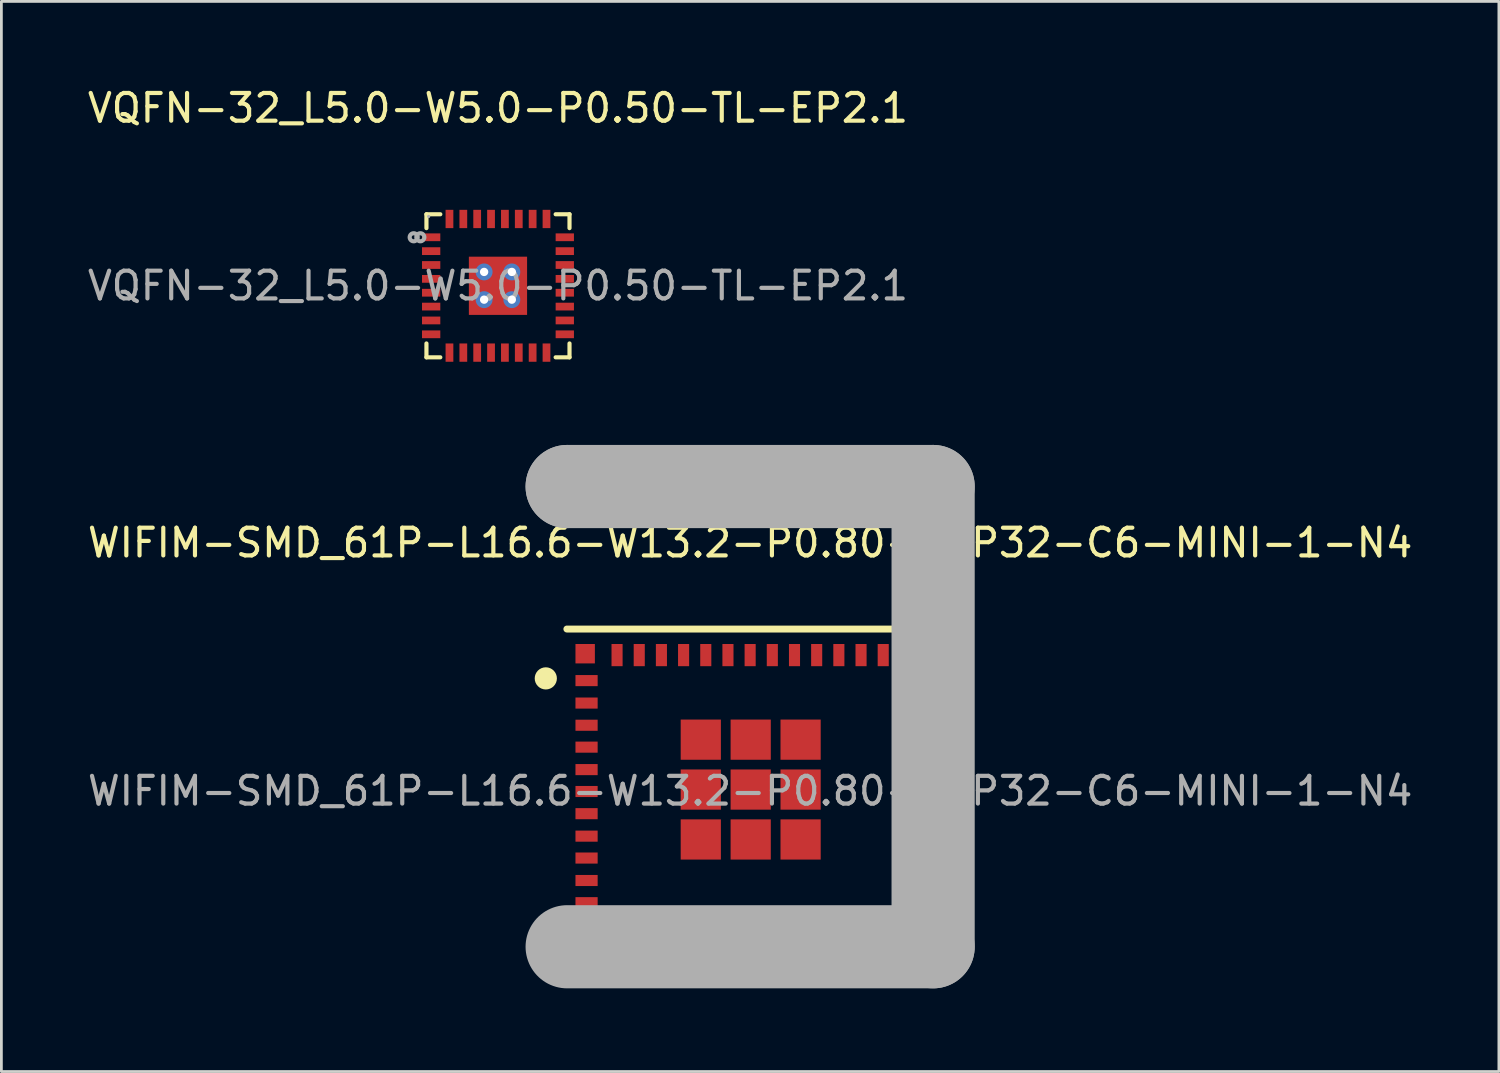
<source format=kicad_pcb>
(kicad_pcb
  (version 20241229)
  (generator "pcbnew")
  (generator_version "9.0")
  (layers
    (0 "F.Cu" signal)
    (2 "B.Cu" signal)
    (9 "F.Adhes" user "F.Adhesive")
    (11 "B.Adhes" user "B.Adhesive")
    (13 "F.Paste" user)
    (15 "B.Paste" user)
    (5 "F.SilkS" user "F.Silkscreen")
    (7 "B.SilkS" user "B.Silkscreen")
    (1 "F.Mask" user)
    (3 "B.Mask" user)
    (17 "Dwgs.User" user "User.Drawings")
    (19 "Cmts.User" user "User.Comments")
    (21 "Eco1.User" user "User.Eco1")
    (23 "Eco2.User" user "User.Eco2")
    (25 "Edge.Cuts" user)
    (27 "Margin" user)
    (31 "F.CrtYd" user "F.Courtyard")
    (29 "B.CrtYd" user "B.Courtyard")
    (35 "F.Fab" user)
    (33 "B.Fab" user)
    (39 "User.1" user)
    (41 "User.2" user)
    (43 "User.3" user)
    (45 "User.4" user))
  (footprint "WIFIM-SMD_61P-L16.6-W13.2-P0.80-ESP32-C6-MINI-1-N4"
    (layer "F.Cu")
    (at 24.006 25.478)
    (property "Reference" "WIFIM-SMD_61P-L16.6-W13.2-P0.80-ESP32-C6-MINI-1-N4" (at 0 -8.95 0) (layer "F.SilkS") (effects (font (size 1 1) (thickness 0.15))))
    (attr smd)
    (fp_line (start -6.61 -5.84) (end 6.6 -5.84) (stroke (width 0.25) (type solid)) (layer "F.SilkS"))
    (fp_circle (center -7.37 -4.06) (end -7.17 -4.06) (stroke (width 0.4) (type solid)) (fill no) (layer "F.SilkS"))
    (fp_line (start -6.6 -10.98) (end -6.6 -10.98) (stroke (width 3) (type solid)) (layer "F.Fab"))
    (fp_line (start -6.6 -10.98) (end 6.6 -10.98) (stroke (width 3) (type solid)) (layer "F.Fab"))
    (fp_line (start 6.6 -10.98) (end 6.6 5.62) (stroke (width 3) (type solid)) (layer "F.Fab"))
    (fp_line (start 6.6 5.62) (end -6.6 5.62) (stroke (width 3) (type solid)) (layer "F.Fab"))
    (fp_circle (center -6.6 -10.98) (end -6.57 -10.98) (stroke (width 0.06) (type solid)) (fill no) (layer "F.Fab"))
    (fp_text user "${REFERENCE}" (at 0 0 0) (layer "F.Fab") (effects (font (size 1 1) (thickness 0.15))))
    (pad "1" smd rect (at -5.9 -3.98) (size 0.8 0.4) (layers "F.Cu" "F.Mask" "F.Paste"))
    (pad "2" smd rect (at -5.9 -3.17) (size 0.8 0.4) (layers "F.Cu" "F.Mask" "F.Paste"))
    (pad "3" smd rect (at -5.9 -2.37) (size 0.8 0.4) (layers "F.Cu" "F.Mask" "F.Paste"))
    (pad "4" smd rect (at -5.9 -1.58) (size 0.8 0.4) (layers "F.Cu" "F.Mask" "F.Paste"))
    (pad "5" smd rect (at -5.9 -0.77) (size 0.8 0.4) (layers "F.Cu" "F.Mask" "F.Paste"))
    (pad "6" smd rect (at -5.9 0.02) (size 0.8 0.4) (layers "F.Cu" "F.Mask" "F.Paste"))
    (pad "7" smd rect (at -5.9 0.82) (size 0.8 0.4) (layers "F.Cu" "F.Mask" "F.Paste"))
    (pad "8" smd rect (at -5.9 1.63) (size 0.8 0.4) (layers "F.Cu" "F.Mask" "F.Paste"))
    (pad "9" smd rect (at -5.9 2.42) (size 0.8 0.4) (layers "F.Cu" "F.Mask" "F.Paste"))
    (pad "10" smd rect (at -5.9 3.23) (size 0.8 0.4) (layers "F.Cu" "F.Mask" "F.Paste"))
    (pad "11" smd rect (at -5.9 4.03) (size 0.8 0.4) (layers "F.Cu" "F.Mask" "F.Paste"))
    (pad "12" smd rect (at -4.8 4.9 270) (size 0.8 0.4) (layers "F.Cu" "F.Mask" "F.Paste"))
    (pad "13" smd rect (at -4 4.9 270) (size 0.8 0.4) (layers "F.Cu" "F.Mask" "F.Paste"))
    (pad "14" smd rect (at -3.2 4.9 270) (size 0.8 0.4) (layers "F.Cu" "F.Mask" "F.Paste"))
    (pad "15" smd rect (at -2.4 4.9 270) (size 0.8 0.4) (layers "F.Cu" "F.Mask" "F.Paste"))
    (pad "16" smd rect (at -1.6 4.9 270) (size 0.8 0.4) (layers "F.Cu" "F.Mask" "F.Paste"))
    (pad "17" smd rect (at -0.8 4.9 270) (size 0.8 0.4) (layers "F.Cu" "F.Mask" "F.Paste"))
    (pad "18" smd rect (at 0 4.9 270) (size 0.8 0.4) (layers "F.Cu" "F.Mask" "F.Paste"))
    (pad "19" smd rect (at 0.8 4.9 270) (size 0.8 0.4) (layers "F.Cu" "F.Mask" "F.Paste"))
    (pad "20" smd rect (at 1.6 4.9 270) (size 0.8 0.4) (layers "F.Cu" "F.Mask" "F.Paste"))
    (pad "21" smd rect (at 2.4 4.9 270) (size 0.8 0.4) (layers "F.Cu" "F.Mask" "F.Paste"))
    (pad "22" smd rect (at 3.2 4.9 270) (size 0.8 0.4) (layers "F.Cu" "F.Mask" "F.Paste"))
    (pad "23" smd rect (at 4 4.9 270) (size 0.8 0.4) (layers "F.Cu" "F.Mask" "F.Paste"))
    (pad "24" smd rect (at 4.8 4.9 270) (size 0.8 0.4) (layers "F.Cu" "F.Mask" "F.Paste"))
    (pad "25" smd rect (at 5.9 4.03) (size 0.8 0.4) (layers "F.Cu" "F.Mask" "F.Paste"))
    (pad "26" smd rect (at 5.9 3.23) (size 0.8 0.4) (layers "F.Cu" "F.Mask" "F.Paste"))
    (pad "27" smd rect (at 5.9 2.42) (size 0.8 0.4) (layers "F.Cu" "F.Mask" "F.Paste"))
    (pad "28" smd rect (at 5.9 1.63) (size 0.8 0.4) (layers "F.Cu" "F.Mask" "F.Paste"))
    (pad "29" smd rect (at 5.9 0.82) (size 0.8 0.4) (layers "F.Cu" "F.Mask" "F.Paste"))
    (pad "30" smd rect (at 5.9 0.03) (size 0.8 0.4) (layers "F.Cu" "F.Mask" "F.Paste"))
    (pad "31" smd rect (at 5.9 -0.77) (size 0.8 0.4) (layers "F.Cu" "F.Mask" "F.Paste"))
    (pad "32" smd rect (at 5.9 -1.58) (size 0.8 0.4) (layers "F.Cu" "F.Mask" "F.Paste"))
    (pad "33" smd rect (at 5.9 -2.37) (size 0.8 0.4) (layers "F.Cu" "F.Mask" "F.Paste"))
    (pad "34" smd rect (at 5.9 -3.17) (size 0.8 0.4) (layers "F.Cu" "F.Mask" "F.Paste"))
    (pad "35" smd rect (at 5.9 -3.98) (size 0.8 0.4) (layers "F.Cu" "F.Mask" "F.Paste"))
    (pad "36" smd rect (at 4.8 -4.9 270) (size 0.8 0.4) (layers "F.Cu" "F.Mask" "F.Paste"))
    (pad "37" smd rect (at 4 -4.9 270) (size 0.8 0.4) (layers "F.Cu" "F.Mask" "F.Paste"))
    (pad "38" smd rect (at 3.2 -4.9 270) (size 0.8 0.4) (layers "F.Cu" "F.Mask" "F.Paste"))
    (pad "39" smd rect (at 2.4 -4.9 270) (size 0.8 0.4) (layers "F.Cu" "F.Mask" "F.Paste"))
    (pad "40" smd rect (at 1.6 -4.9 270) (size 0.8 0.4) (layers "F.Cu" "F.Mask" "F.Paste"))
    (pad "41" smd rect (at 0.8 -4.9 270) (size 0.8 0.4) (layers "F.Cu" "F.Mask" "F.Paste"))
    (pad "42" smd rect (at 0 -4.9 270) (size 0.8 0.4) (layers "F.Cu" "F.Mask" "F.Paste"))
    (pad "43" smd rect (at -0.8 -4.9 270) (size 0.8 0.4) (layers "F.Cu" "F.Mask" "F.Paste"))
    (pad "44" smd rect (at -1.6 -4.9 270) (size 0.8 0.4) (layers "F.Cu" "F.Mask" "F.Paste"))
    (pad "45" smd rect (at -2.4 -4.9 270) (size 0.8 0.4) (layers "F.Cu" "F.Mask" "F.Paste"))
    (pad "46" smd rect (at -3.2 -4.9 270) (size 0.8 0.4) (layers "F.Cu" "F.Mask" "F.Paste"))
    (pad "47" smd rect (at -4 -4.9 270) (size 0.8 0.4) (layers "F.Cu" "F.Mask" "F.Paste"))
    (pad "48" smd rect (at -4.8 -4.9 270) (size 0.8 0.4) (layers "F.Cu" "F.Mask" "F.Paste"))
    (pad "49" smd rect (at -1.78 -1.85) (size 1.45 1.45) (layers "F.Cu" "F.Mask" "F.Paste"))
    (pad "49" smd rect (at -1.78 -0.05) (size 1.45 1.45) (layers "F.Cu" "F.Mask" "F.Paste"))
    (pad "49" smd rect (at -1.78 1.75) (size 1.45 1.45) (layers "F.Cu" "F.Mask" "F.Paste"))
    (pad "49" smd rect (at 0.02 -1.85) (size 1.45 1.45) (layers "F.Cu" "F.Mask" "F.Paste"))
    (pad "49" smd rect (at 0.02 -0.05) (size 1.45 1.45) (layers "F.Cu" "F.Mask" "F.Paste"))
    (pad "49" smd rect (at 0.02 1.75) (size 1.45 1.45) (layers "F.Cu" "F.Mask" "F.Paste"))
    (pad "49" smd rect (at 1.82 -1.85) (size 1.45 1.45) (layers "F.Cu" "F.Mask" "F.Paste"))
    (pad "49" smd rect (at 1.82 -0.05) (size 1.45 1.45) (layers "F.Cu" "F.Mask" "F.Paste"))
    (pad "49" smd rect (at 1.82 1.75) (size 1.45 1.45) (layers "F.Cu" "F.Mask" "F.Paste"))
    (pad "50" smd rect (at 5.95 -4.95) (size 0.7 0.7) (layers "F.Cu" "F.Mask" "F.Paste"))
    (pad "51" smd rect (at 5.95 4.95) (size 0.7 0.7) (layers "F.Cu" "F.Mask" "F.Paste"))
    (pad "52" smd rect (at -5.95 4.95) (size 0.7 0.7) (layers "F.Cu" "F.Mask" "F.Paste"))
    (pad "53" smd rect (at -5.95 -4.95) (size 0.7 0.7) (layers "F.Cu" "F.Mask" "F.Paste")))
  (footprint "VQFN-32_L5.0-W5.0-P0.50-TL-EP2.1"
    (layer "F.Cu")
    (at 14.911 7.258)
    (property "Reference" "VQFN-32_L5.0-W5.0-P0.50-TL-EP2.1" (at 0 -6.41 0) (layer "F.SilkS") (effects (font (size 1 1) (thickness 0.15))))
    (attr smd)
    (fp_line (start -2.58 -2.58) (end -2.58 -2.08) (stroke (width 0.15) (type solid)) (layer "F.SilkS"))
    (fp_line (start -2.58 2.58) (end -2.58 2.08) (stroke (width 0.15) (type solid)) (layer "F.SilkS"))
    (fp_line (start -2.08 -2.58) (end -2.58 -2.58) (stroke (width 0.15) (type solid)) (layer "F.SilkS"))
    (fp_line (start -2.08 2.58) (end -2.58 2.58) (stroke (width 0.15) (type solid)) (layer "F.SilkS"))
    (fp_line (start 2.08 -2.58) (end 2.58 -2.58) (stroke (width 0.15) (type solid)) (layer "F.SilkS"))
    (fp_line (start 2.08 2.58) (end 2.58 2.58) (stroke (width 0.15) (type solid)) (layer "F.SilkS"))
    (fp_line (start 2.58 -2.58) (end 2.58 -2.08) (stroke (width 0.15) (type solid)) (layer "F.SilkS"))
    (fp_line (start 2.58 2.58) (end 2.58 2.08) (stroke (width 0.15) (type solid)) (layer "F.SilkS"))
    (fp_circle (center -3.04 -1.75) (end -2.97 -1.75) (stroke (width 0.15) (type solid)) (fill no) (layer "F.Fab"))
    (fp_circle (center -2.8 -1.75) (end -2.73 -1.75) (stroke (width 0.15) (type solid)) (fill no) (layer "F.Fab"))
    (fp_circle (center -2.5 -2.5) (end -2.47 -2.5) (stroke (width 0.06) (type solid)) (fill no) (layer "F.Fab"))
    (fp_text user "${REFERENCE}" (at 0 0 0) (layer "F.Fab") (effects (font (size 1 1) (thickness 0.15))))
    (pad "" thru_hole circle (at -0.5 -0.5) (size 0.61 0.61) (drill 0.3) (layers "*.Cu" "*.Paste" "*.Mask"))
    (pad "" thru_hole circle (at -0.5 0.5) (size 0.61 0.61) (drill 0.3) (layers "*.Cu" "*.Paste" "*.Mask"))
    (pad "" thru_hole circle (at 0.5 -0.5) (size 0.61 0.61) (drill 0.3) (layers "*.Cu" "*.Paste" "*.Mask"))
    (pad "" thru_hole circle (at 0.5 0.5) (size 0.61 0.61) (drill 0.3) (layers "*.Cu" "*.Paste" "*.Mask"))
    (pad "1" smd rect (at -2.41 -1.75) (size 0.66 0.28) (layers "F.Cu" "F.Mask" "F.Paste"))
    (pad "2" smd rect (at -2.41 -1.25) (size 0.66 0.28) (layers "F.Cu" "F.Mask" "F.Paste"))
    (pad "3" smd rect (at -2.41 -0.75) (size 0.66 0.28) (layers "F.Cu" "F.Mask" "F.Paste"))
    (pad "4" smd rect (at -2.41 -0.25) (size 0.66 0.28) (layers "F.Cu" "F.Mask" "F.Paste"))
    (pad "5" smd rect (at -2.41 0.25) (size 0.66 0.28) (layers "F.Cu" "F.Mask" "F.Paste"))
    (pad "6" smd rect (at -2.41 0.75) (size 0.66 0.28) (layers "F.Cu" "F.Mask" "F.Paste"))
    (pad "7" smd rect (at -2.41 1.25) (size 0.66 0.28) (layers "F.Cu" "F.Mask" "F.Paste"))
    (pad "8" smd rect (at -2.41 1.75) (size 0.66 0.28) (layers "F.Cu" "F.Mask" "F.Paste"))
    (pad "9" smd rect (at -1.75 2.41) (size 0.28 0.66) (layers "F.Cu" "F.Mask" "F.Paste"))
    (pad "10" smd rect (at -1.25 2.41) (size 0.28 0.66) (layers "F.Cu" "F.Mask" "F.Paste"))
    (pad "11" smd rect (at -0.75 2.41) (size 0.28 0.66) (layers "F.Cu" "F.Mask" "F.Paste"))
    (pad "12" smd rect (at -0.25 2.41) (size 0.28 0.66) (layers "F.Cu" "F.Mask" "F.Paste"))
    (pad "13" smd rect (at 0.25 2.41) (size 0.28 0.66) (layers "F.Cu" "F.Mask" "F.Paste"))
    (pad "14" smd rect (at 0.75 2.41) (size 0.28 0.66) (layers "F.Cu" "F.Mask" "F.Paste"))
    (pad "15" smd rect (at 1.25 2.41) (size 0.28 0.66) (layers "F.Cu" "F.Mask" "F.Paste"))
    (pad "16" smd rect (at 1.75 2.41) (size 0.28 0.66) (layers "F.Cu" "F.Mask" "F.Paste"))
    (pad "17" smd rect (at 2.41 1.75) (size 0.66 0.28) (layers "F.Cu" "F.Mask" "F.Paste"))
    (pad "18" smd rect (at 2.41 1.25) (size 0.66 0.28) (layers "F.Cu" "F.Mask" "F.Paste"))
    (pad "19" smd rect (at 2.41 0.75) (size 0.66 0.28) (layers "F.Cu" "F.Mask" "F.Paste"))
    (pad "20" smd rect (at 2.41 0.25) (size 0.66 0.28) (layers "F.Cu" "F.Mask" "F.Paste"))
    (pad "21" smd rect (at 2.41 -0.25) (size 0.66 0.28) (layers "F.Cu" "F.Mask" "F.Paste"))
    (pad "22" smd rect (at 2.41 -0.75) (size 0.66 0.28) (layers "F.Cu" "F.Mask" "F.Paste"))
    (pad "23" smd rect (at 2.41 -1.25) (size 0.66 0.28) (layers "F.Cu" "F.Mask" "F.Paste"))
    (pad "24" smd rect (at 2.41 -1.75) (size 0.66 0.28) (layers "F.Cu" "F.Mask" "F.Paste"))
    (pad "25" smd rect (at 1.75 -2.41) (size 0.28 0.66) (layers "F.Cu" "F.Mask" "F.Paste"))
    (pad "26" smd rect (at 1.25 -2.41) (size 0.28 0.66) (layers "F.Cu" "F.Mask" "F.Paste"))
    (pad "27" smd rect (at 0.75 -2.41) (size 0.28 0.66) (layers "F.Cu" "F.Mask" "F.Paste"))
    (pad "28" smd rect (at 0.25 -2.41) (size 0.28 0.66) (layers "F.Cu" "F.Mask" "F.Paste"))
    (pad "29" smd rect (at -0.25 -2.41) (size 0.28 0.66) (layers "F.Cu" "F.Mask" "F.Paste"))
    (pad "30" smd rect (at -0.75 -2.41) (size 0.28 0.66) (layers "F.Cu" "F.Mask" "F.Paste"))
    (pad "31" smd rect (at -1.25 -2.41) (size 0.28 0.66) (layers "F.Cu" "F.Mask" "F.Paste"))
    (pad "32" smd rect (at -1.75 -2.41) (size 0.28 0.66) (layers "F.Cu" "F.Mask" "F.Paste"))
    (pad "33" smd rect (at 0 0) (size 2.1 2.1) (layers "F.Cu" "F.Mask" "F.Paste")))
  (gr_rect
    (start -3 -3)
    (end 51.012 35.598)
    (stroke (width 0.1) (type default))
    (fill no)
    (layer "Edge.Cuts")))
</source>
